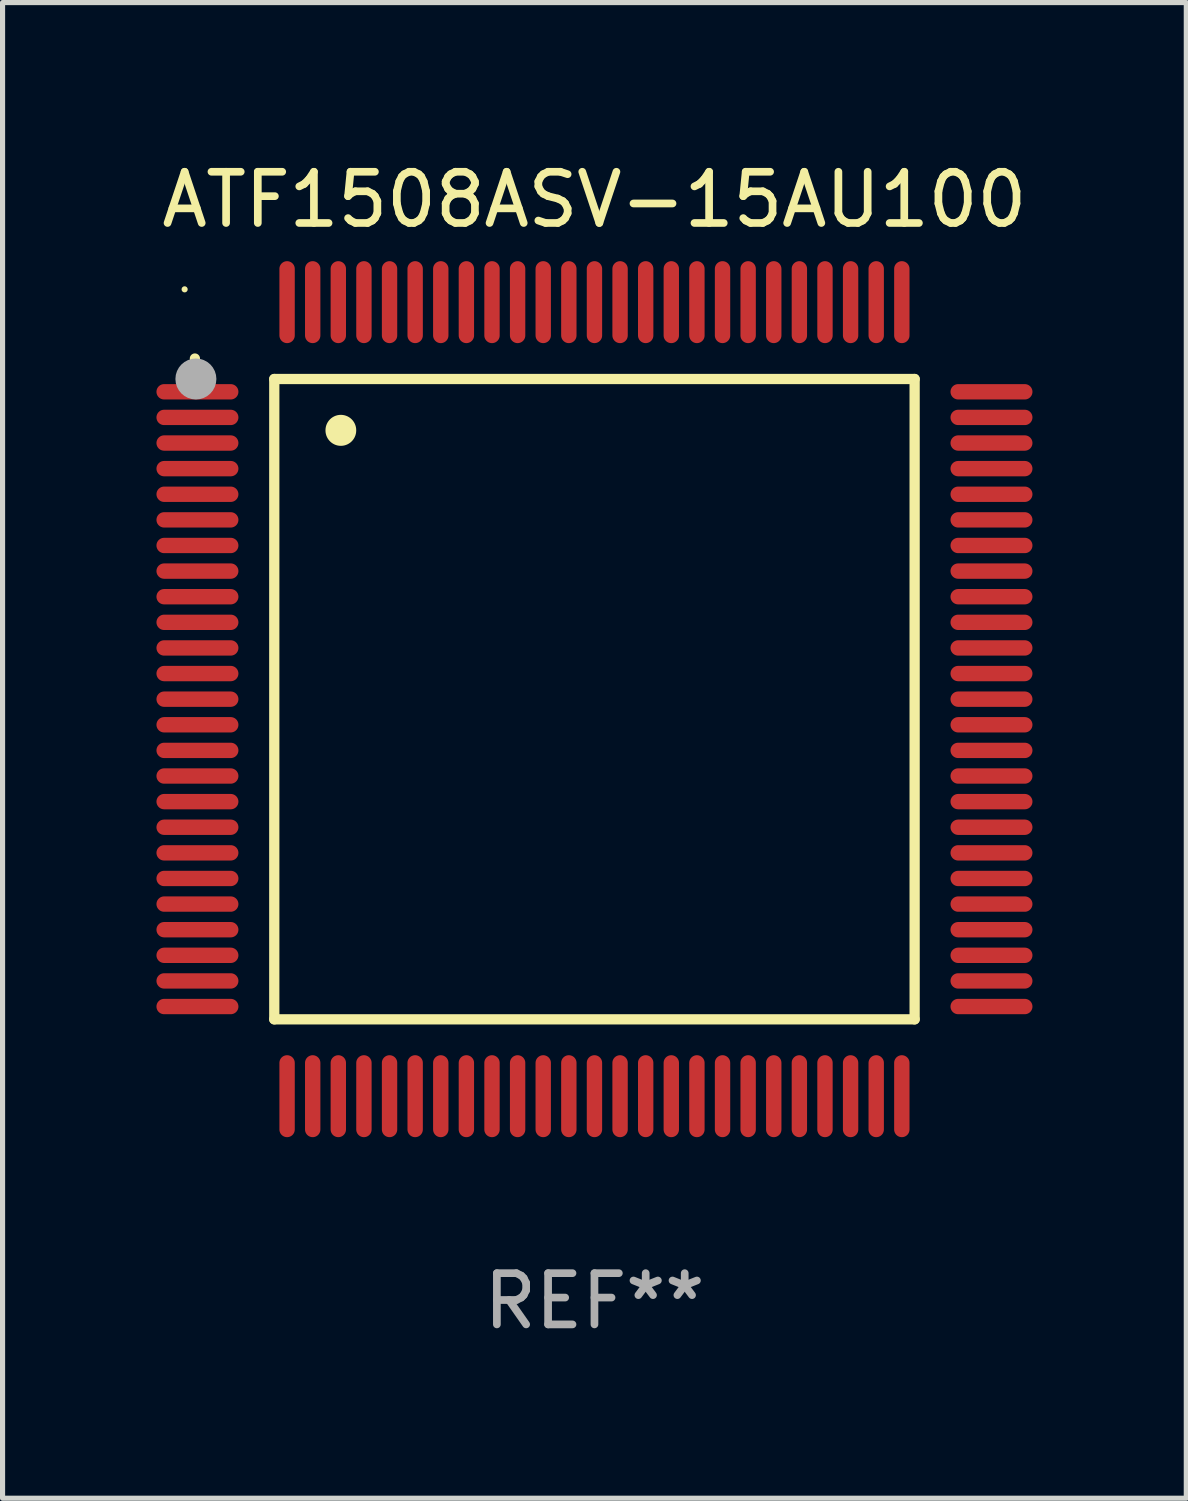
<source format=kicad_pcb>
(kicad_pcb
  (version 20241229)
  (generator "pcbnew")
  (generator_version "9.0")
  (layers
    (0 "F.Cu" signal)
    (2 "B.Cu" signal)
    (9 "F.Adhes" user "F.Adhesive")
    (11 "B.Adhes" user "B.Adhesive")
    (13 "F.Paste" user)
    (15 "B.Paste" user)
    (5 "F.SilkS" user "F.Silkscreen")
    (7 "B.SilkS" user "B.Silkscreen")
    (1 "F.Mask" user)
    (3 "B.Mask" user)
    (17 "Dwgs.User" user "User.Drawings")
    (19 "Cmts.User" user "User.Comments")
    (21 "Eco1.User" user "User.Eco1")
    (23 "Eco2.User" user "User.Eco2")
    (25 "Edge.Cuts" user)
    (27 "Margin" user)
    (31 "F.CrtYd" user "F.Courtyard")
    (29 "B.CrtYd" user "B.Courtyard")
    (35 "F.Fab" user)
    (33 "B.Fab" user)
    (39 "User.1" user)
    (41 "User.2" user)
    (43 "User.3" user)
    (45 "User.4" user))
  (footprint "ATF1508ASV-15AU100"
    (layer "F.Cu")
    (at 8.554 10.598)
    (property "Reference" "ATF1508ASV-15AU100" (at 0 -9.75 0) (layer "F.SilkS") (effects (font (size 1 1) (thickness 0.15))))
    (attr through_hole)
    (fp_line (start -6.25 -6.25) (end -6.25 6.25) (stroke (width 0.2) (type solid)) (layer "F.SilkS"))
    (fp_line (start -6.25 6.25) (end 6.25 6.25) (stroke (width 0.2) (type solid)) (layer "F.SilkS"))
    (fp_line (start 6.25 -6.25) (end -6.25 -6.25) (stroke (width 0.2) (type solid)) (layer "F.SilkS"))
    (fp_line (start 6.25 6.25) (end 6.25 -6.25) (stroke (width 0.2) (type solid)) (layer "F.SilkS"))
    (fp_arc (start -7.799568 -6.647625) (mid -7.799571 -6.648463) (end -7.799568 -6.649301) (stroke (width 0.2) (type solid)) (layer "F.SilkS"))
    (fp_arc (start -4.95047 -5.245111) (mid -4.950481 -5.247651) (end -4.95047 -5.250191) (stroke (width 0.6) (type solid)) (layer "F.SilkS"))
    (fp_circle (center -8 -8) (end -7.97 -8) (stroke (width 0.06) (type solid)) (fill no) (layer "F.SilkS"))
    (fp_circle (center -7.78 -6.25) (end -7.58 -6.25) (stroke (width 0.4) (type solid)) (fill no) (layer "F.Fab"))
    (fp_text user "REF**" (at 0 11.75 0) (layer "F.Fab") (effects (font (size 1 1) (thickness 0.15))))
    (pad "1" smd oval (at -7.75 -6 90) (size 0.3 1.6) (layers "F.Cu" "F.Mask" "F.Paste"))
    (pad "2" smd oval (at -7.75 -5.5 90) (size 0.3 1.6) (layers "F.Cu" "F.Mask" "F.Paste"))
    (pad "3" smd oval (at -7.75 -5 90) (size 0.3 1.6) (layers "F.Cu" "F.Mask" "F.Paste"))
    (pad "4" smd oval (at -7.75 -4.5 90) (size 0.3 1.6) (layers "F.Cu" "F.Mask" "F.Paste"))
    (pad "5" smd oval (at -7.75 -4 90) (size 0.3 1.6) (layers "F.Cu" "F.Mask" "F.Paste"))
    (pad "6" smd oval (at -7.75 -3.5 90) (size 0.3 1.6) (layers "F.Cu" "F.Mask" "F.Paste"))
    (pad "7" smd oval (at -7.75 -3 90) (size 0.3 1.6) (layers "F.Cu" "F.Mask" "F.Paste"))
    (pad "8" smd oval (at -7.75 -2.5 90) (size 0.3 1.6) (layers "F.Cu" "F.Mask" "F.Paste"))
    (pad "9" smd oval (at -7.75 -2 90) (size 0.3 1.6) (layers "F.Cu" "F.Mask" "F.Paste"))
    (pad "10" smd oval (at -7.75 -1.5 90) (size 0.3 1.6) (layers "F.Cu" "F.Mask" "F.Paste"))
    (pad "11" smd oval (at -7.75 -1 90) (size 0.3 1.6) (layers "F.Cu" "F.Mask" "F.Paste"))
    (pad "12" smd oval (at -7.75 -0.5 90) (size 0.3 1.6) (layers "F.Cu" "F.Mask" "F.Paste"))
    (pad "13" smd oval (at -7.75 0 90) (size 0.3 1.6) (layers "F.Cu" "F.Mask" "F.Paste"))
    (pad "14" smd oval (at -7.75 0.5 90) (size 0.3 1.6) (layers "F.Cu" "F.Mask" "F.Paste"))
    (pad "15" smd oval (at -7.75 1 90) (size 0.3 1.6) (layers "F.Cu" "F.Mask" "F.Paste"))
    (pad "16" smd oval (at -7.75 1.5 90) (size 0.3 1.6) (layers "F.Cu" "F.Mask" "F.Paste"))
    (pad "17" smd oval (at -7.75 2 90) (size 0.3 1.6) (layers "F.Cu" "F.Mask" "F.Paste"))
    (pad "18" smd oval (at -7.75 2.5 90) (size 0.3 1.6) (layers "F.Cu" "F.Mask" "F.Paste"))
    (pad "19" smd oval (at -7.75 3 90) (size 0.3 1.6) (layers "F.Cu" "F.Mask" "F.Paste"))
    (pad "20" smd oval (at -7.75 3.5 90) (size 0.3 1.6) (layers "F.Cu" "F.Mask" "F.Paste"))
    (pad "21" smd oval (at -7.75 4 90) (size 0.3 1.6) (layers "F.Cu" "F.Mask" "F.Paste"))
    (pad "22" smd oval (at -7.75 4.5 90) (size 0.3 1.6) (layers "F.Cu" "F.Mask" "F.Paste"))
    (pad "23" smd oval (at -7.75 5 90) (size 0.3 1.6) (layers "F.Cu" "F.Mask" "F.Paste"))
    (pad "24" smd oval (at -7.75 5.5 90) (size 0.3 1.6) (layers "F.Cu" "F.Mask" "F.Paste"))
    (pad "25" smd oval (at -7.75 6 90) (size 0.3 1.6) (layers "F.Cu" "F.Mask" "F.Paste"))
    (pad "26" smd oval (at -6 7.75) (size 0.3 1.6) (layers "F.Cu" "F.Mask" "F.Paste"))
    (pad "27" smd oval (at -5.5 7.75) (size 0.3 1.6) (layers "F.Cu" "F.Mask" "F.Paste"))
    (pad "28" smd oval (at -5 7.75) (size 0.3 1.6) (layers "F.Cu" "F.Mask" "F.Paste"))
    (pad "29" smd oval (at -4.5 7.75) (size 0.3 1.6) (layers "F.Cu" "F.Mask" "F.Paste"))
    (pad "30" smd oval (at -4 7.75) (size 0.3 1.6) (layers "F.Cu" "F.Mask" "F.Paste"))
    (pad "31" smd oval (at -3.5 7.75) (size 0.3 1.6) (layers "F.Cu" "F.Mask" "F.Paste"))
    (pad "32" smd oval (at -3 7.75) (size 0.3 1.6) (layers "F.Cu" "F.Mask" "F.Paste"))
    (pad "33" smd oval (at -2.5 7.75) (size 0.3 1.6) (layers "F.Cu" "F.Mask" "F.Paste"))
    (pad "34" smd oval (at -2 7.75) (size 0.3 1.6) (layers "F.Cu" "F.Mask" "F.Paste"))
    (pad "35" smd oval (at -1.5 7.75) (size 0.3 1.6) (layers "F.Cu" "F.Mask" "F.Paste"))
    (pad "36" smd oval (at -1 7.75) (size 0.3 1.6) (layers "F.Cu" "F.Mask" "F.Paste"))
    (pad "37" smd oval (at -0.5 7.75) (size 0.3 1.6) (layers "F.Cu" "F.Mask" "F.Paste"))
    (pad "38" smd oval (at 0 7.75) (size 0.3 1.6) (layers "F.Cu" "F.Mask" "F.Paste"))
    (pad "39" smd oval (at 0.5 7.75) (size 0.3 1.6) (layers "F.Cu" "F.Mask" "F.Paste"))
    (pad "40" smd oval (at 1 7.75) (size 0.3 1.6) (layers "F.Cu" "F.Mask" "F.Paste"))
    (pad "41" smd oval (at 1.5 7.75) (size 0.3 1.6) (layers "F.Cu" "F.Mask" "F.Paste"))
    (pad "42" smd oval (at 2 7.75) (size 0.3 1.6) (layers "F.Cu" "F.Mask" "F.Paste"))
    (pad "43" smd oval (at 2.5 7.75) (size 0.3 1.6) (layers "F.Cu" "F.Mask" "F.Paste"))
    (pad "44" smd oval (at 3 7.75) (size 0.3 1.6) (layers "F.Cu" "F.Mask" "F.Paste"))
    (pad "45" smd oval (at 3.5 7.75) (size 0.3 1.6) (layers "F.Cu" "F.Mask" "F.Paste"))
    (pad "46" smd oval (at 4 7.75) (size 0.3 1.6) (layers "F.Cu" "F.Mask" "F.Paste"))
    (pad "47" smd oval (at 4.5 7.75) (size 0.3 1.6) (layers "F.Cu" "F.Mask" "F.Paste"))
    (pad "48" smd oval (at 5 7.75) (size 0.3 1.6) (layers "F.Cu" "F.Mask" "F.Paste"))
    (pad "49" smd oval (at 5.5 7.75) (size 0.3 1.6) (layers "F.Cu" "F.Mask" "F.Paste"))
    (pad "50" smd oval (at 6 7.75) (size 0.3 1.6) (layers "F.Cu" "F.Mask" "F.Paste"))
    (pad "51" smd oval (at 7.75 6 90) (size 0.3 1.6) (layers "F.Cu" "F.Mask" "F.Paste"))
    (pad "52" smd oval (at 7.75 5.5 90) (size 0.3 1.6) (layers "F.Cu" "F.Mask" "F.Paste"))
    (pad "53" smd oval (at 7.75 5 90) (size 0.3 1.6) (layers "F.Cu" "F.Mask" "F.Paste"))
    (pad "54" smd oval (at 7.75 4.5 90) (size 0.3 1.6) (layers "F.Cu" "F.Mask" "F.Paste"))
    (pad "55" smd oval (at 7.75 4 90) (size 0.3 1.6) (layers "F.Cu" "F.Mask" "F.Paste"))
    (pad "56" smd oval (at 7.75 3.5 90) (size 0.3 1.6) (layers "F.Cu" "F.Mask" "F.Paste"))
    (pad "57" smd oval (at 7.75 3 90) (size 0.3 1.6) (layers "F.Cu" "F.Mask" "F.Paste"))
    (pad "58" smd oval (at 7.75 2.5 90) (size 0.3 1.6) (layers "F.Cu" "F.Mask" "F.Paste"))
    (pad "59" smd oval (at 7.75 2 90) (size 0.3 1.6) (layers "F.Cu" "F.Mask" "F.Paste"))
    (pad "60" smd oval (at 7.75 1.5 90) (size 0.3 1.6) (layers "F.Cu" "F.Mask" "F.Paste"))
    (pad "61" smd oval (at 7.75 1 90) (size 0.3 1.6) (layers "F.Cu" "F.Mask" "F.Paste"))
    (pad "62" smd oval (at 7.75 0.5 90) (size 0.3 1.6) (layers "F.Cu" "F.Mask" "F.Paste"))
    (pad "63" smd oval (at 7.75 0 90) (size 0.3 1.6) (layers "F.Cu" "F.Mask" "F.Paste"))
    (pad "64" smd oval (at 7.75 -0.5 90) (size 0.3 1.6) (layers "F.Cu" "F.Mask" "F.Paste"))
    (pad "65" smd oval (at 7.75 -1 90) (size 0.3 1.6) (layers "F.Cu" "F.Mask" "F.Paste"))
    (pad "66" smd oval (at 7.75 -1.5 90) (size 0.3 1.6) (layers "F.Cu" "F.Mask" "F.Paste"))
    (pad "67" smd oval (at 7.75 -2 90) (size 0.3 1.6) (layers "F.Cu" "F.Mask" "F.Paste"))
    (pad "68" smd oval (at 7.75 -2.5 90) (size 0.3 1.6) (layers "F.Cu" "F.Mask" "F.Paste"))
    (pad "69" smd oval (at 7.75 -3 90) (size 0.3 1.6) (layers "F.Cu" "F.Mask" "F.Paste"))
    (pad "70" smd oval (at 7.75 -3.5 90) (size 0.3 1.6) (layers "F.Cu" "F.Mask" "F.Paste"))
    (pad "71" smd oval (at 7.75 -4 90) (size 0.3 1.6) (layers "F.Cu" "F.Mask" "F.Paste"))
    (pad "72" smd oval (at 7.75 -4.5 90) (size 0.3 1.6) (layers "F.Cu" "F.Mask" "F.Paste"))
    (pad "73" smd oval (at 7.75 -5 90) (size 0.3 1.6) (layers "F.Cu" "F.Mask" "F.Paste"))
    (pad "74" smd oval (at 7.75 -5.5 90) (size 0.3 1.6) (layers "F.Cu" "F.Mask" "F.Paste"))
    (pad "75" smd oval (at 7.75 -6 90) (size 0.3 1.6) (layers "F.Cu" "F.Mask" "F.Paste"))
    (pad "76" smd oval (at 6 -7.75) (size 0.3 1.6) (layers "F.Cu" "F.Mask" "F.Paste"))
    (pad "77" smd oval (at 5.5 -7.75) (size 0.3 1.6) (layers "F.Cu" "F.Mask" "F.Paste"))
    (pad "78" smd oval (at 5 -7.75) (size 0.3 1.6) (layers "F.Cu" "F.Mask" "F.Paste"))
    (pad "79" smd oval (at 4.5 -7.75) (size 0.3 1.6) (layers "F.Cu" "F.Mask" "F.Paste"))
    (pad "80" smd oval (at 4 -7.75) (size 0.3 1.6) (layers "F.Cu" "F.Mask" "F.Paste"))
    (pad "81" smd oval (at 3.5 -7.75) (size 0.3 1.6) (layers "F.Cu" "F.Mask" "F.Paste"))
    (pad "82" smd oval (at 3 -7.75) (size 0.3 1.6) (layers "F.Cu" "F.Mask" "F.Paste"))
    (pad "83" smd oval (at 2.5 -7.75) (size 0.3 1.6) (layers "F.Cu" "F.Mask" "F.Paste"))
    (pad "84" smd oval (at 2 -7.75) (size 0.3 1.6) (layers "F.Cu" "F.Mask" "F.Paste"))
    (pad "85" smd oval (at 1.5 -7.75) (size 0.3 1.6) (layers "F.Cu" "F.Mask" "F.Paste"))
    (pad "86" smd oval (at 1 -7.75) (size 0.3 1.6) (layers "F.Cu" "F.Mask" "F.Paste"))
    (pad "87" smd oval (at 0.5 -7.75) (size 0.3 1.6) (layers "F.Cu" "F.Mask" "F.Paste"))
    (pad "88" smd oval (at 0 -7.75) (size 0.3 1.6) (layers "F.Cu" "F.Mask" "F.Paste"))
    (pad "89" smd oval (at -0.5 -7.75) (size 0.3 1.6) (layers "F.Cu" "F.Mask" "F.Paste"))
    (pad "90" smd oval (at -1 -7.75) (size 0.3 1.6) (layers "F.Cu" "F.Mask" "F.Paste"))
    (pad "91" smd oval (at -1.5 -7.75) (size 0.3 1.6) (layers "F.Cu" "F.Mask" "F.Paste"))
    (pad "92" smd oval (at -2 -7.75) (size 0.3 1.6) (layers "F.Cu" "F.Mask" "F.Paste"))
    (pad "93" smd oval (at -2.5 -7.75) (size 0.3 1.6) (layers "F.Cu" "F.Mask" "F.Paste"))
    (pad "94" smd oval (at -3 -7.75) (size 0.3 1.6) (layers "F.Cu" "F.Mask" "F.Paste"))
    (pad "95" smd oval (at -3.5 -7.75) (size 0.3 1.6) (layers "F.Cu" "F.Mask" "F.Paste"))
    (pad "96" smd oval (at -4 -7.75) (size 0.3 1.6) (layers "F.Cu" "F.Mask" "F.Paste"))
    (pad "97" smd oval (at -4.5 -7.75) (size 0.3 1.6) (layers "F.Cu" "F.Mask" "F.Paste"))
    (pad "98" smd oval (at -5 -7.75) (size 0.3 1.6) (layers "F.Cu" "F.Mask" "F.Paste"))
    (pad "99" smd oval (at -5.5 -7.75) (size 0.3 1.6) (layers "F.Cu" "F.Mask" "F.Paste"))
    (pad "100" smd oval (at -6 -7.75) (size 0.3 1.6) (layers "F.Cu" "F.Mask" "F.Paste")))
  (gr_rect
    (start -3 -3)
    (end 20.107 26.196)
    (stroke (width 0.1) (type default))
    (fill no)
    (layer "Edge.Cuts")))
</source>
